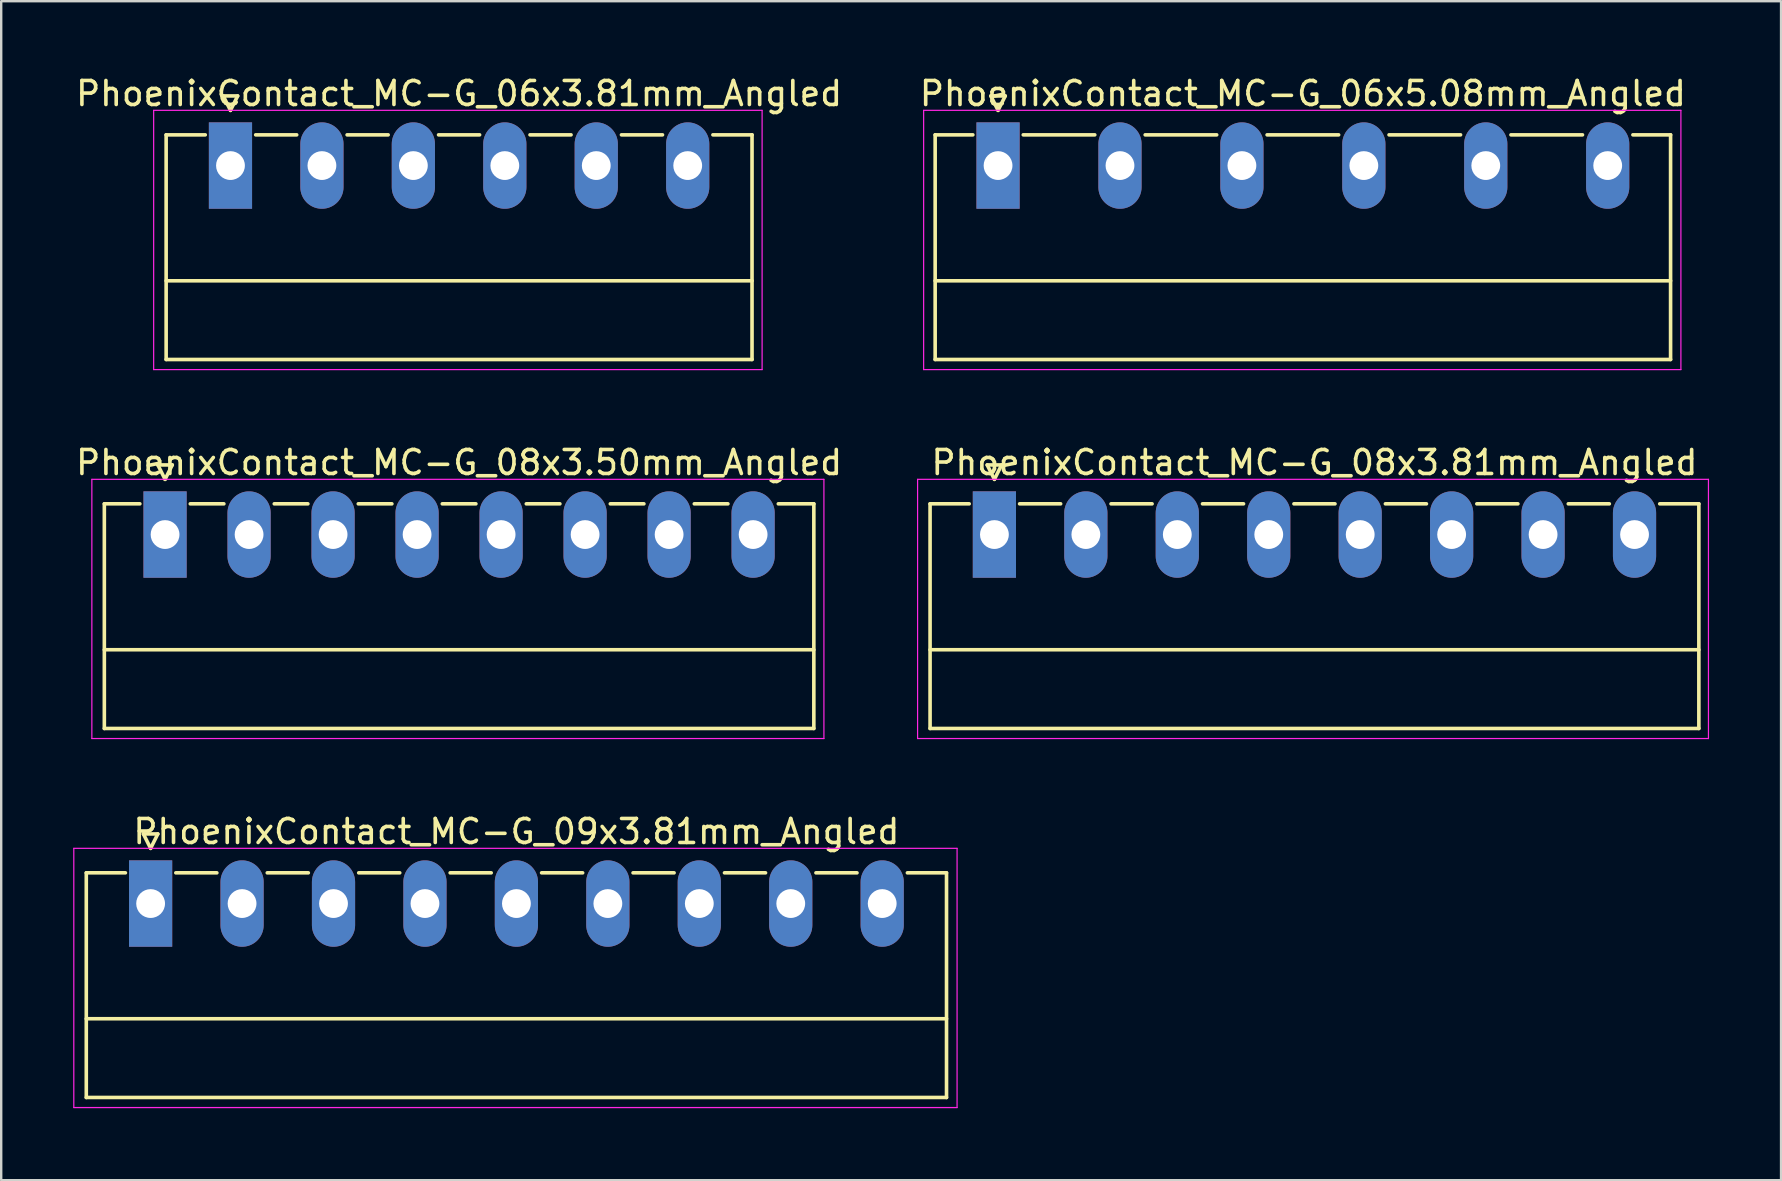
<source format=kicad_pcb>
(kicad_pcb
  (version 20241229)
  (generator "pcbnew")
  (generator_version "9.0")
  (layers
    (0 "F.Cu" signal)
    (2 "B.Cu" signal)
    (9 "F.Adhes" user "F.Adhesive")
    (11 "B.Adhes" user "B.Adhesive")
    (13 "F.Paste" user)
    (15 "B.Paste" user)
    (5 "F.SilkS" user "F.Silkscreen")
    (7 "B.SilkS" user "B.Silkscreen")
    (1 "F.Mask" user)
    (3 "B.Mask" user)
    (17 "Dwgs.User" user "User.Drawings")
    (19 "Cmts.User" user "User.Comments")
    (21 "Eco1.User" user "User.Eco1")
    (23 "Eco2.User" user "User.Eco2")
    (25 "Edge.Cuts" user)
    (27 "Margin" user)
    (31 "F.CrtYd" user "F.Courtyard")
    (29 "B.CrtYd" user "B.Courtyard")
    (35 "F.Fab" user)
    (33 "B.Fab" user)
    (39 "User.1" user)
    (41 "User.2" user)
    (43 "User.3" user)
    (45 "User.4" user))
  (footprint "PhoenixContact_MC-G_09x3.81mm_Angled"
    (layer "F.Cu")
    (at 3.225 34.595)
    (property "Reference" "PhoenixContact_MC-G_09x3.81mm_Angled" (at 15.24 -3 0) (layer "F.SilkS") (effects (font (size 1 1) (thickness 0.15))))
    (attr through_hole)
    (fp_line (start -2.68 -1.28) (end -2.68 8.08) (stroke (width 0.15) (type solid)) (layer "F.SilkS"))
    (fp_line (start -2.68 -1.28) (end -1.05 -1.28) (stroke (width 0.15) (type solid)) (layer "F.SilkS"))
    (fp_line (start -2.68 4.8) (end 33.16 4.8) (stroke (width 0.15) (type solid)) (layer "F.SilkS"))
    (fp_line (start -2.68 8.08) (end 33.16 8.08) (stroke (width 0.15) (type solid)) (layer "F.SilkS"))
    (fp_line (start -0.3 -2.9) (end 0 -2.3) (stroke (width 0.15) (type solid)) (layer "F.SilkS"))
    (fp_line (start 0 -2.3) (end 0.3 -2.9) (stroke (width 0.15) (type solid)) (layer "F.SilkS"))
    (fp_line (start 0.3 -2.9) (end -0.3 -2.9) (stroke (width 0.15) (type solid)) (layer "F.SilkS"))
    (fp_line (start 1.05 -1.28) (end 2.76 -1.28) (stroke (width 0.15) (type solid)) (layer "F.SilkS"))
    (fp_line (start 4.86 -1.28) (end 6.57 -1.28) (stroke (width 0.15) (type solid)) (layer "F.SilkS"))
    (fp_line (start 8.67 -1.28) (end 10.38 -1.28) (stroke (width 0.15) (type solid)) (layer "F.SilkS"))
    (fp_line (start 12.48 -1.28) (end 14.19 -1.28) (stroke (width 0.15) (type solid)) (layer "F.SilkS"))
    (fp_line (start 16.29 -1.28) (end 18 -1.28) (stroke (width 0.15) (type solid)) (layer "F.SilkS"))
    (fp_line (start 20.1 -1.28) (end 21.81 -1.28) (stroke (width 0.15) (type solid)) (layer "F.SilkS"))
    (fp_line (start 23.91 -1.28) (end 25.62 -1.28) (stroke (width 0.15) (type solid)) (layer "F.SilkS"))
    (fp_line (start 27.72 -1.28) (end 29.43 -1.28) (stroke (width 0.15) (type solid)) (layer "F.SilkS"))
    (fp_line (start 33.16 -1.28) (end 31.53 -1.28) (stroke (width 0.15) (type solid)) (layer "F.SilkS"))
    (fp_line (start 33.16 8.08) (end 33.16 -1.28) (stroke (width 0.15) (type solid)) (layer "F.SilkS"))
    (fp_line (start -3.2 -2.3) (end -3.2 8.5) (stroke (width 0.05) (type solid)) (layer "F.CrtYd"))
    (fp_line (start -3.2 8.5) (end 33.6 8.5) (stroke (width 0.05) (type solid)) (layer "F.CrtYd"))
    (fp_line (start 33.6 -2.3) (end -3.2 -2.3) (stroke (width 0.05) (type solid)) (layer "F.CrtYd"))
    (fp_line (start 33.6 8.5) (end 33.6 -2.3) (stroke (width 0.05) (type solid)) (layer "F.CrtYd"))
    (pad "1" thru_hole rect (at 0 0) (size 1.8 3.6) (drill 1.2) (layers "*.Cu" "*.Mask"))
    (pad "2" thru_hole oval (at 3.81 0) (size 1.8 3.6) (drill 1.2) (layers "*.Cu" "*.Mask"))
    (pad "3" thru_hole oval (at 7.62 0) (size 1.8 3.6) (drill 1.2) (layers "*.Cu" "*.Mask"))
    (pad "4" thru_hole oval (at 11.43 0) (size 1.8 3.6) (drill 1.2) (layers "*.Cu" "*.Mask"))
    (pad "5" thru_hole oval (at 15.24 0) (size 1.8 3.6) (drill 1.2) (layers "*.Cu" "*.Mask"))
    (pad "6" thru_hole oval (at 19.05 0) (size 1.8 3.6) (drill 1.2) (layers "*.Cu" "*.Mask"))
    (pad "7" thru_hole oval (at 22.86 0) (size 1.8 3.6) (drill 1.2) (layers "*.Cu" "*.Mask"))
    (pad "8" thru_hole oval (at 26.67 0) (size 1.8 3.6) (drill 1.2) (layers "*.Cu" "*.Mask"))
    (pad "9" thru_hole oval (at 30.48 0) (size 1.8 3.6) (drill 1.2) (layers "*.Cu" "*.Mask")))
  (footprint "PhoenixContact_MC-G_06x5.08mm_Angled"
    (layer "F.Cu")
    (at 38.532 3.848)
    (property "Reference" "PhoenixContact_MC-G_06x5.08mm_Angled" (at 12.7 -3 0) (layer "F.SilkS") (effects (font (size 1 1) (thickness 0.15))))
    (attr through_hole)
    (fp_line (start -2.62 -1.28) (end -2.62 8.08) (stroke (width 0.15) (type solid)) (layer "F.SilkS"))
    (fp_line (start -2.62 -1.28) (end -1.05 -1.28) (stroke (width 0.15) (type solid)) (layer "F.SilkS"))
    (fp_line (start -2.62 4.8) (end 28.02 4.8) (stroke (width 0.15) (type solid)) (layer "F.SilkS"))
    (fp_line (start -2.62 8.08) (end 28.02 8.08) (stroke (width 0.15) (type solid)) (layer "F.SilkS"))
    (fp_line (start -0.3 -2.9) (end 0 -2.3) (stroke (width 0.15) (type solid)) (layer "F.SilkS"))
    (fp_line (start 0 -2.3) (end 0.3 -2.9) (stroke (width 0.15) (type solid)) (layer "F.SilkS"))
    (fp_line (start 0.3 -2.9) (end -0.3 -2.9) (stroke (width 0.15) (type solid)) (layer "F.SilkS"))
    (fp_line (start 1.05 -1.28) (end 4.03 -1.28) (stroke (width 0.15) (type solid)) (layer "F.SilkS"))
    (fp_line (start 6.13 -1.28) (end 9.11 -1.28) (stroke (width 0.15) (type solid)) (layer "F.SilkS"))
    (fp_line (start 11.21 -1.28) (end 14.19 -1.28) (stroke (width 0.15) (type solid)) (layer "F.SilkS"))
    (fp_line (start 16.29 -1.28) (end 19.27 -1.28) (stroke (width 0.15) (type solid)) (layer "F.SilkS"))
    (fp_line (start 21.37 -1.28) (end 24.35 -1.28) (stroke (width 0.15) (type solid)) (layer "F.SilkS"))
    (fp_line (start 28.02 -1.28) (end 26.45 -1.28) (stroke (width 0.15) (type solid)) (layer "F.SilkS"))
    (fp_line (start 28.02 8.08) (end 28.02 -1.28) (stroke (width 0.15) (type solid)) (layer "F.SilkS"))
    (fp_line (start -3.1 -2.3) (end -3.1 8.5) (stroke (width 0.05) (type solid)) (layer "F.CrtYd"))
    (fp_line (start -3.1 8.5) (end 28.45 8.5) (stroke (width 0.05) (type solid)) (layer "F.CrtYd"))
    (fp_line (start 28.45 -2.3) (end -3.1 -2.3) (stroke (width 0.05) (type solid)) (layer "F.CrtYd"))
    (fp_line (start 28.45 8.5) (end 28.45 -2.3) (stroke (width 0.05) (type solid)) (layer "F.CrtYd"))
    (pad "1" thru_hole rect (at 0 0) (size 1.8 3.6) (drill 1.2) (layers "*.Cu" "*.Mask"))
    (pad "2" thru_hole oval (at 5.08 0) (size 1.8 3.6) (drill 1.2) (layers "*.Cu" "*.Mask"))
    (pad "3" thru_hole oval (at 10.16 0) (size 1.8 3.6) (drill 1.2) (layers "*.Cu" "*.Mask"))
    (pad "4" thru_hole oval (at 15.24 0) (size 1.8 3.6) (drill 1.2) (layers "*.Cu" "*.Mask"))
    (pad "5" thru_hole oval (at 20.32 0) (size 1.8 3.6) (drill 1.2) (layers "*.Cu" "*.Mask"))
    (pad "6" thru_hole oval (at 25.4 0) (size 1.8 3.6) (drill 1.2) (layers "*.Cu" "*.Mask")))
  (footprint "PhoenixContact_MC-G_08x3.81mm_Angled"
    (layer "F.Cu")
    (at 38.38 19.221)
    (property "Reference" "PhoenixContact_MC-G_08x3.81mm_Angled" (at 13.335 -3 0) (layer "F.SilkS") (effects (font (size 1 1) (thickness 0.15))))
    (attr through_hole)
    (fp_line (start -2.68 -1.28) (end -2.68 8.08) (stroke (width 0.15) (type solid)) (layer "F.SilkS"))
    (fp_line (start -2.68 -1.28) (end -1.05 -1.28) (stroke (width 0.15) (type solid)) (layer "F.SilkS"))
    (fp_line (start -2.68 4.8) (end 29.35 4.8) (stroke (width 0.15) (type solid)) (layer "F.SilkS"))
    (fp_line (start -2.68 8.08) (end 29.35 8.08) (stroke (width 0.15) (type solid)) (layer "F.SilkS"))
    (fp_line (start -0.3 -2.9) (end 0 -2.3) (stroke (width 0.15) (type solid)) (layer "F.SilkS"))
    (fp_line (start 0 -2.3) (end 0.3 -2.9) (stroke (width 0.15) (type solid)) (layer "F.SilkS"))
    (fp_line (start 0.3 -2.9) (end -0.3 -2.9) (stroke (width 0.15) (type solid)) (layer "F.SilkS"))
    (fp_line (start 1.05 -1.28) (end 2.76 -1.28) (stroke (width 0.15) (type solid)) (layer "F.SilkS"))
    (fp_line (start 4.86 -1.28) (end 6.57 -1.28) (stroke (width 0.15) (type solid)) (layer "F.SilkS"))
    (fp_line (start 8.67 -1.28) (end 10.38 -1.28) (stroke (width 0.15) (type solid)) (layer "F.SilkS"))
    (fp_line (start 12.48 -1.28) (end 14.19 -1.28) (stroke (width 0.15) (type solid)) (layer "F.SilkS"))
    (fp_line (start 16.29 -1.28) (end 18 -1.28) (stroke (width 0.15) (type solid)) (layer "F.SilkS"))
    (fp_line (start 20.1 -1.28) (end 21.81 -1.28) (stroke (width 0.15) (type solid)) (layer "F.SilkS"))
    (fp_line (start 23.91 -1.28) (end 25.62 -1.28) (stroke (width 0.15) (type solid)) (layer "F.SilkS"))
    (fp_line (start 29.35 -1.28) (end 27.72 -1.28) (stroke (width 0.15) (type solid)) (layer "F.SilkS"))
    (fp_line (start 29.35 8.08) (end 29.35 -1.28) (stroke (width 0.15) (type solid)) (layer "F.SilkS"))
    (fp_line (start -3.2 -2.3) (end -3.2 8.5) (stroke (width 0.05) (type solid)) (layer "F.CrtYd"))
    (fp_line (start -3.2 8.5) (end 29.75 8.5) (stroke (width 0.05) (type solid)) (layer "F.CrtYd"))
    (fp_line (start 29.75 -2.3) (end -3.2 -2.3) (stroke (width 0.05) (type solid)) (layer "F.CrtYd"))
    (fp_line (start 29.75 8.5) (end 29.75 -2.3) (stroke (width 0.05) (type solid)) (layer "F.CrtYd"))
    (pad "1" thru_hole rect (at 0 0) (size 1.8 3.6) (drill 1.2) (layers "*.Cu" "*.Mask"))
    (pad "2" thru_hole oval (at 3.81 0) (size 1.8 3.6) (drill 1.2) (layers "*.Cu" "*.Mask"))
    (pad "3" thru_hole oval (at 7.62 0) (size 1.8 3.6) (drill 1.2) (layers "*.Cu" "*.Mask"))
    (pad "4" thru_hole oval (at 11.43 0) (size 1.8 3.6) (drill 1.2) (layers "*.Cu" "*.Mask"))
    (pad "5" thru_hole oval (at 15.24 0) (size 1.8 3.6) (drill 1.2) (layers "*.Cu" "*.Mask"))
    (pad "6" thru_hole oval (at 19.05 0) (size 1.8 3.6) (drill 1.2) (layers "*.Cu" "*.Mask"))
    (pad "7" thru_hole oval (at 22.86 0) (size 1.8 3.6) (drill 1.2) (layers "*.Cu" "*.Mask"))
    (pad "8" thru_hole oval (at 26.67 0) (size 1.8 3.6) (drill 1.2) (layers "*.Cu" "*.Mask")))
  (footprint "PhoenixContact_MC-G_06x3.81mm_Angled"
    (layer "F.Cu")
    (at 6.552 3.848)
    (property "Reference" "PhoenixContact_MC-G_06x3.81mm_Angled" (at 9.525 -3 0) (layer "F.SilkS") (effects (font (size 1 1) (thickness 0.15))))
    (attr through_hole)
    (fp_line (start -2.68 -1.28) (end -2.68 8.08) (stroke (width 0.15) (type solid)) (layer "F.SilkS"))
    (fp_line (start -2.68 -1.28) (end -1.05 -1.28) (stroke (width 0.15) (type solid)) (layer "F.SilkS"))
    (fp_line (start -2.68 4.8) (end 21.73 4.8) (stroke (width 0.15) (type solid)) (layer "F.SilkS"))
    (fp_line (start -2.68 8.08) (end 21.73 8.08) (stroke (width 0.15) (type solid)) (layer "F.SilkS"))
    (fp_line (start -0.3 -2.9) (end 0 -2.3) (stroke (width 0.15) (type solid)) (layer "F.SilkS"))
    (fp_line (start 0 -2.3) (end 0.3 -2.9) (stroke (width 0.15) (type solid)) (layer "F.SilkS"))
    (fp_line (start 0.3 -2.9) (end -0.3 -2.9) (stroke (width 0.15) (type solid)) (layer "F.SilkS"))
    (fp_line (start 1.05 -1.28) (end 2.76 -1.28) (stroke (width 0.15) (type solid)) (layer "F.SilkS"))
    (fp_line (start 4.86 -1.28) (end 6.57 -1.28) (stroke (width 0.15) (type solid)) (layer "F.SilkS"))
    (fp_line (start 8.67 -1.28) (end 10.38 -1.28) (stroke (width 0.15) (type solid)) (layer "F.SilkS"))
    (fp_line (start 12.48 -1.28) (end 14.19 -1.28) (stroke (width 0.15) (type solid)) (layer "F.SilkS"))
    (fp_line (start 16.29 -1.28) (end 18 -1.28) (stroke (width 0.15) (type solid)) (layer "F.SilkS"))
    (fp_line (start 21.73 -1.28) (end 20.1 -1.28) (stroke (width 0.15) (type solid)) (layer "F.SilkS"))
    (fp_line (start 21.73 8.08) (end 21.73 -1.28) (stroke (width 0.15) (type solid)) (layer "F.SilkS"))
    (fp_line (start -3.2 -2.3) (end -3.2 8.5) (stroke (width 0.05) (type solid)) (layer "F.CrtYd"))
    (fp_line (start -3.2 8.5) (end 22.15 8.5) (stroke (width 0.05) (type solid)) (layer "F.CrtYd"))
    (fp_line (start 22.15 -2.3) (end -3.2 -2.3) (stroke (width 0.05) (type solid)) (layer "F.CrtYd"))
    (fp_line (start 22.15 8.5) (end 22.15 -2.3) (stroke (width 0.05) (type solid)) (layer "F.CrtYd"))
    (pad "1" thru_hole rect (at 0 0) (size 1.8 3.6) (drill 1.2) (layers "*.Cu" "*.Mask"))
    (pad "2" thru_hole oval (at 3.81 0) (size 1.8 3.6) (drill 1.2) (layers "*.Cu" "*.Mask"))
    (pad "3" thru_hole oval (at 7.62 0) (size 1.8 3.6) (drill 1.2) (layers "*.Cu" "*.Mask"))
    (pad "4" thru_hole oval (at 11.43 0) (size 1.8 3.6) (drill 1.2) (layers "*.Cu" "*.Mask"))
    (pad "5" thru_hole oval (at 15.24 0) (size 1.8 3.6) (drill 1.2) (layers "*.Cu" "*.Mask"))
    (pad "6" thru_hole oval (at 19.05 0) (size 1.8 3.6) (drill 1.2) (layers "*.Cu" "*.Mask")))
  (footprint "PhoenixContact_MC-G_08x3.50mm_Angled"
    (layer "F.Cu")
    (at 3.827 19.221)
    (property "Reference" "PhoenixContact_MC-G_08x3.50mm_Angled" (at 12.25 -3 0) (layer "F.SilkS") (effects (font (size 1 1) (thickness 0.15))))
    (attr through_hole)
    (fp_line (start -2.53 -1.28) (end -2.53 8.08) (stroke (width 0.15) (type solid)) (layer "F.SilkS"))
    (fp_line (start -2.53 -1.28) (end -1.05 -1.28) (stroke (width 0.15) (type solid)) (layer "F.SilkS"))
    (fp_line (start -2.53 4.8) (end 27.03 4.8) (stroke (width 0.15) (type solid)) (layer "F.SilkS"))
    (fp_line (start -2.53 8.08) (end 27.03 8.08) (stroke (width 0.15) (type solid)) (layer "F.SilkS"))
    (fp_line (start -0.3 -2.9) (end 0 -2.3) (stroke (width 0.15) (type solid)) (layer "F.SilkS"))
    (fp_line (start 0 -2.3) (end 0.3 -2.9) (stroke (width 0.15) (type solid)) (layer "F.SilkS"))
    (fp_line (start 0.3 -2.9) (end -0.3 -2.9) (stroke (width 0.15) (type solid)) (layer "F.SilkS"))
    (fp_line (start 1.05 -1.28) (end 2.45 -1.28) (stroke (width 0.15) (type solid)) (layer "F.SilkS"))
    (fp_line (start 4.55 -1.28) (end 5.95 -1.28) (stroke (width 0.15) (type solid)) (layer "F.SilkS"))
    (fp_line (start 8.05 -1.28) (end 9.45 -1.28) (stroke (width 0.15) (type solid)) (layer "F.SilkS"))
    (fp_line (start 11.55 -1.28) (end 12.95 -1.28) (stroke (width 0.15) (type solid)) (layer "F.SilkS"))
    (fp_line (start 15.05 -1.28) (end 16.45 -1.28) (stroke (width 0.15) (type solid)) (layer "F.SilkS"))
    (fp_line (start 18.55 -1.28) (end 19.95 -1.28) (stroke (width 0.15) (type solid)) (layer "F.SilkS"))
    (fp_line (start 22.05 -1.28) (end 23.45 -1.28) (stroke (width 0.15) (type solid)) (layer "F.SilkS"))
    (fp_line (start 27.03 -1.28) (end 25.55 -1.28) (stroke (width 0.15) (type solid)) (layer "F.SilkS"))
    (fp_line (start 27.03 8.08) (end 27.03 -1.28) (stroke (width 0.15) (type solid)) (layer "F.SilkS"))
    (fp_line (start -3.05 -2.3) (end -3.05 8.5) (stroke (width 0.05) (type solid)) (layer "F.CrtYd"))
    (fp_line (start -3.05 8.5) (end 27.45 8.5) (stroke (width 0.05) (type solid)) (layer "F.CrtYd"))
    (fp_line (start 27.45 -2.3) (end -3.05 -2.3) (stroke (width 0.05) (type solid)) (layer "F.CrtYd"))
    (fp_line (start 27.45 8.5) (end 27.45 -2.3) (stroke (width 0.05) (type solid)) (layer "F.CrtYd"))
    (pad "1" thru_hole rect (at 0 0) (size 1.8 3.6) (drill 1.2) (layers "*.Cu" "*.Mask"))
    (pad "2" thru_hole oval (at 3.5 0) (size 1.8 3.6) (drill 1.2) (layers "*.Cu" "*.Mask"))
    (pad "3" thru_hole oval (at 7 0) (size 1.8 3.6) (drill 1.2) (layers "*.Cu" "*.Mask"))
    (pad "4" thru_hole oval (at 10.5 0) (size 1.8 3.6) (drill 1.2) (layers "*.Cu" "*.Mask"))
    (pad "5" thru_hole oval (at 14 0) (size 1.8 3.6) (drill 1.2) (layers "*.Cu" "*.Mask"))
    (pad "6" thru_hole oval (at 17.5 0) (size 1.8 3.6) (drill 1.2) (layers "*.Cu" "*.Mask"))
    (pad "7" thru_hole oval (at 21 0) (size 1.8 3.6) (drill 1.2) (layers "*.Cu" "*.Mask"))
    (pad "8" thru_hole oval (at 24.5 0) (size 1.8 3.6) (drill 1.2) (layers "*.Cu" "*.Mask")))
  (gr_rect
    (start -3 -3)
    (end 71.155 46.12)
    (stroke (width 0.1) (type default))
    (fill no)
    (layer "Edge.Cuts")))
</source>
